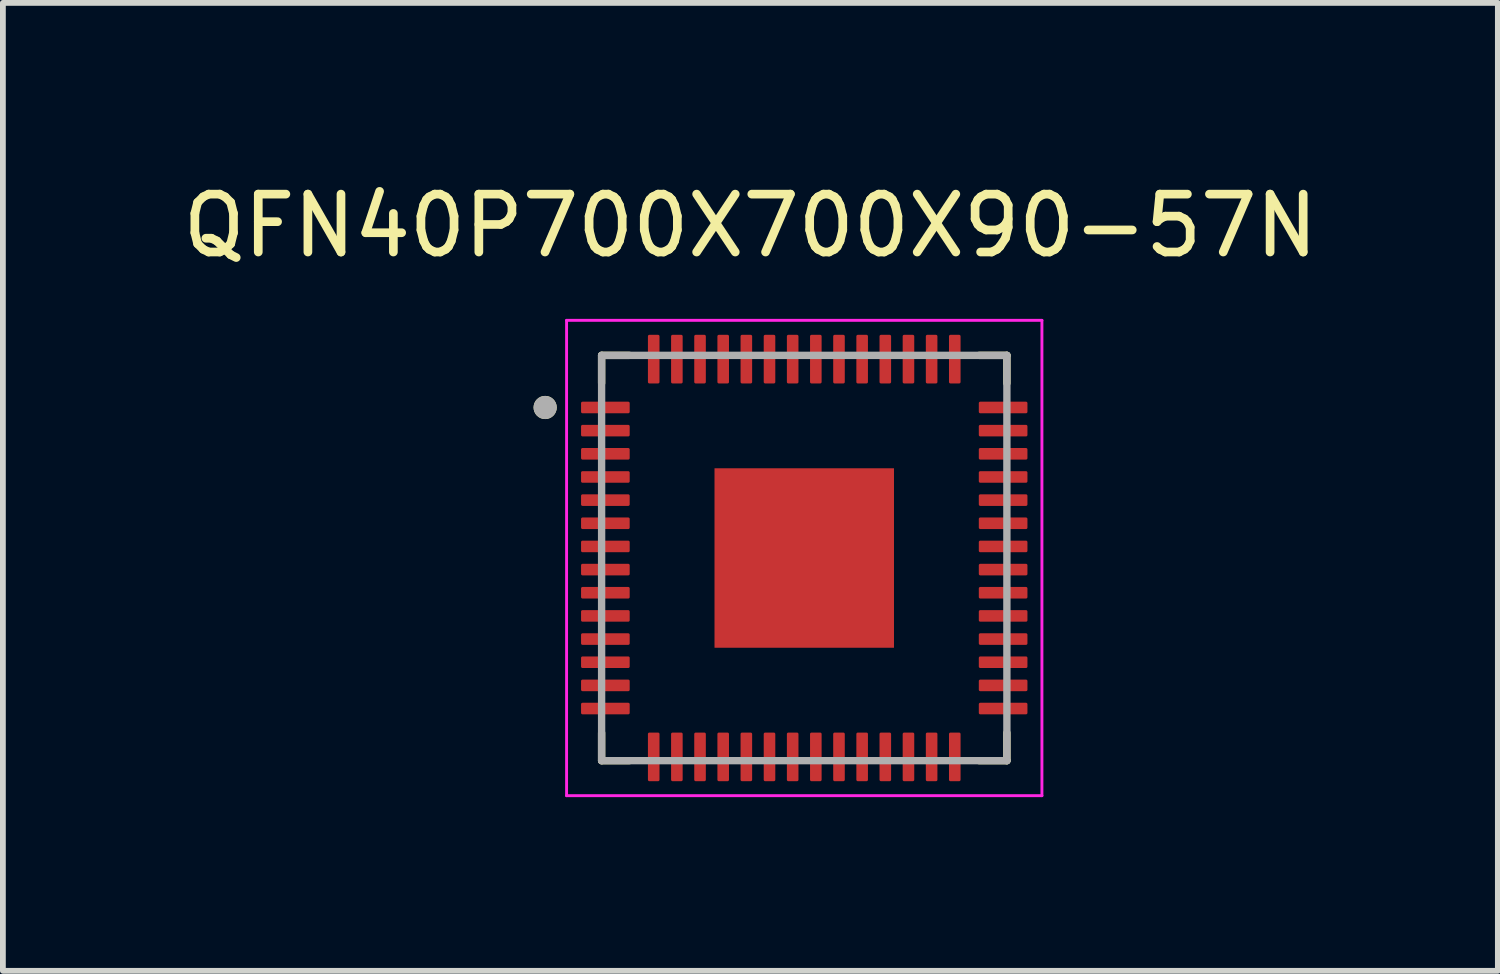
<source format=kicad_pcb>
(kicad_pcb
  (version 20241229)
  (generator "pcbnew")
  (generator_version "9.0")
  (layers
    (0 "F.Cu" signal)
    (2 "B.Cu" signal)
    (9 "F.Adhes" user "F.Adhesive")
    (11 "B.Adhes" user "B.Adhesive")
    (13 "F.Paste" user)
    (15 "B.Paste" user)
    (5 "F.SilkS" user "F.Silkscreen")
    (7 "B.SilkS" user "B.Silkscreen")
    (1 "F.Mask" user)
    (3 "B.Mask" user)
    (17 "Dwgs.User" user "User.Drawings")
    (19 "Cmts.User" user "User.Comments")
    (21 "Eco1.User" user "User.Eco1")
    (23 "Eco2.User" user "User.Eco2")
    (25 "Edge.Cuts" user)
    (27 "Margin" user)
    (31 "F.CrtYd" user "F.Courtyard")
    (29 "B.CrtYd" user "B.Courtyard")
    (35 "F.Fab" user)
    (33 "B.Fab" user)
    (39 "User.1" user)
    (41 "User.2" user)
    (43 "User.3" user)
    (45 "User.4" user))
  (footprint "QFN40P700X700X90-57N"
    (layer "F.Cu")
    (at 10.841 6.588)
    (property "Reference" "QFN40P700X700X90-57N" (at -0.93 -5.74 0) (layer "F.SilkS") (effects (font (size 1 1) (thickness 0.15))))
    (attr smd)
    (fp_line (start -3.5 -3.5) (end -3.5 -3.02) (stroke (width 0.127) (type solid)) (layer "F.SilkS"))
    (fp_line (start -3.5 -3.5) (end -3.02 -3.5) (stroke (width 0.127) (type solid)) (layer "F.SilkS"))
    (fp_line (start -3.5 3.5) (end -3.5 3.02) (stroke (width 0.127) (type solid)) (layer "F.SilkS"))
    (fp_line (start -3.5 3.5) (end -3.02 3.5) (stroke (width 0.127) (type solid)) (layer "F.SilkS"))
    (fp_line (start 3.5 -3.5) (end 3.02 -3.5) (stroke (width 0.127) (type solid)) (layer "F.SilkS"))
    (fp_line (start 3.5 -3.5) (end 3.5 -3.02) (stroke (width 0.127) (type solid)) (layer "F.SilkS"))
    (fp_line (start 3.5 3.5) (end 3.02 3.5) (stroke (width 0.127) (type solid)) (layer "F.SilkS"))
    (fp_line (start 3.5 3.5) (end 3.5 3.02) (stroke (width 0.127) (type solid)) (layer "F.SilkS"))
    (fp_circle (center -4.475 -2.6) (end -4.375 -2.6) (stroke (width 0.2) (type solid)) (fill no) (layer "F.SilkS"))
    (fp_poly (pts (xy -0.98 -0.98) (xy 0.98 -0.98) (xy 0.98 0.98) (xy -0.98 0.98)) (stroke (width 0.01) (type solid)) (fill yes) (layer "F.Paste"))
    (fp_line (start -4.105 -4.105) (end 4.105 -4.105) (stroke (width 0.05) (type solid)) (layer "F.CrtYd"))
    (fp_line (start -4.105 4.105) (end -4.105 -4.105) (stroke (width 0.05) (type solid)) (layer "F.CrtYd"))
    (fp_line (start -4.105 4.105) (end 4.105 4.105) (stroke (width 0.05) (type solid)) (layer "F.CrtYd"))
    (fp_line (start 4.105 4.105) (end 4.105 -4.105) (stroke (width 0.05) (type solid)) (layer "F.CrtYd"))
    (fp_line (start -3.5 3.5) (end -3.5 -3.5) (stroke (width 0.127) (type solid)) (layer "F.Fab"))
    (fp_line (start 3.5 -3.5) (end -3.5 -3.5) (stroke (width 0.127) (type solid)) (layer "F.Fab"))
    (fp_line (start 3.5 3.5) (end -3.5 3.5) (stroke (width 0.127) (type solid)) (layer "F.Fab"))
    (fp_line (start 3.5 3.5) (end 3.5 -3.5) (stroke (width 0.127) (type solid)) (layer "F.Fab"))
    (fp_circle (center -4.475 -2.6) (end -4.375 -2.6) (stroke (width 0.2) (type solid)) (fill no) (layer "F.Fab"))
    (pad "1" smd roundrect (at -3.435 -2.6) (size 0.84 0.2) (layers "F.Cu" "F.Mask" "F.Paste") (roundrect_rratio 0.125))
    (pad "2" smd roundrect (at -3.435 -2.2) (size 0.84 0.2) (layers "F.Cu" "F.Mask" "F.Paste") (roundrect_rratio 0.125))
    (pad "3" smd roundrect (at -3.435 -1.8) (size 0.84 0.2) (layers "F.Cu" "F.Mask" "F.Paste") (roundrect_rratio 0.125))
    (pad "4" smd roundrect (at -3.435 -1.4) (size 0.84 0.2) (layers "F.Cu" "F.Mask" "F.Paste") (roundrect_rratio 0.125))
    (pad "5" smd roundrect (at -3.435 -1) (size 0.84 0.2) (layers "F.Cu" "F.Mask" "F.Paste") (roundrect_rratio 0.125))
    (pad "6" smd roundrect (at -3.435 -0.6) (size 0.84 0.2) (layers "F.Cu" "F.Mask" "F.Paste") (roundrect_rratio 0.125))
    (pad "7" smd roundrect (at -3.435 -0.2) (size 0.84 0.2) (layers "F.Cu" "F.Mask" "F.Paste") (roundrect_rratio 0.125))
    (pad "8" smd roundrect (at -3.435 0.2) (size 0.84 0.2) (layers "F.Cu" "F.Mask" "F.Paste") (roundrect_rratio 0.125))
    (pad "9" smd roundrect (at -3.435 0.6) (size 0.84 0.2) (layers "F.Cu" "F.Mask" "F.Paste") (roundrect_rratio 0.125))
    (pad "10" smd roundrect (at -3.435 1) (size 0.84 0.2) (layers "F.Cu" "F.Mask" "F.Paste") (roundrect_rratio 0.125))
    (pad "11" smd roundrect (at -3.435 1.4) (size 0.84 0.2) (layers "F.Cu" "F.Mask" "F.Paste") (roundrect_rratio 0.125))
    (pad "12" smd roundrect (at -3.435 1.8) (size 0.84 0.2) (layers "F.Cu" "F.Mask" "F.Paste") (roundrect_rratio 0.125))
    (pad "13" smd roundrect (at -3.435 2.2) (size 0.84 0.2) (layers "F.Cu" "F.Mask" "F.Paste") (roundrect_rratio 0.125))
    (pad "14" smd roundrect (at -3.435 2.6) (size 0.84 0.2) (layers "F.Cu" "F.Mask" "F.Paste") (roundrect_rratio 0.125))
    (pad "15" smd roundrect (at -2.6 3.435) (size 0.2 0.84) (layers "F.Cu" "F.Mask" "F.Paste") (roundrect_rratio 0.125))
    (pad "16" smd roundrect (at -2.2 3.435) (size 0.2 0.84) (layers "F.Cu" "F.Mask" "F.Paste") (roundrect_rratio 0.125))
    (pad "17" smd roundrect (at -1.8 3.435) (size 0.2 0.84) (layers "F.Cu" "F.Mask" "F.Paste") (roundrect_rratio 0.125))
    (pad "18" smd roundrect (at -1.4 3.435) (size 0.2 0.84) (layers "F.Cu" "F.Mask" "F.Paste") (roundrect_rratio 0.125))
    (pad "19" smd roundrect (at -1 3.435) (size 0.2 0.84) (layers "F.Cu" "F.Mask" "F.Paste") (roundrect_rratio 0.125))
    (pad "20" smd roundrect (at -0.6 3.435) (size 0.2 0.84) (layers "F.Cu" "F.Mask" "F.Paste") (roundrect_rratio 0.125))
    (pad "21" smd roundrect (at -0.2 3.435) (size 0.2 0.84) (layers "F.Cu" "F.Mask" "F.Paste") (roundrect_rratio 0.125))
    (pad "22" smd roundrect (at 0.2 3.435) (size 0.2 0.84) (layers "F.Cu" "F.Mask" "F.Paste") (roundrect_rratio 0.125))
    (pad "23" smd roundrect (at 0.6 3.435) (size 0.2 0.84) (layers "F.Cu" "F.Mask" "F.Paste") (roundrect_rratio 0.125))
    (pad "24" smd roundrect (at 1 3.435) (size 0.2 0.84) (layers "F.Cu" "F.Mask" "F.Paste") (roundrect_rratio 0.125))
    (pad "25" smd roundrect (at 1.4 3.435) (size 0.2 0.84) (layers "F.Cu" "F.Mask" "F.Paste") (roundrect_rratio 0.125))
    (pad "26" smd roundrect (at 1.8 3.435) (size 0.2 0.84) (layers "F.Cu" "F.Mask" "F.Paste") (roundrect_rratio 0.125))
    (pad "27" smd roundrect (at 2.2 3.435) (size 0.2 0.84) (layers "F.Cu" "F.Mask" "F.Paste") (roundrect_rratio 0.125))
    (pad "28" smd roundrect (at 2.6 3.435) (size 0.2 0.84) (layers "F.Cu" "F.Mask" "F.Paste") (roundrect_rratio 0.125))
    (pad "29" smd roundrect (at 3.435 2.6) (size 0.84 0.2) (layers "F.Cu" "F.Mask" "F.Paste") (roundrect_rratio 0.125))
    (pad "30" smd roundrect (at 3.435 2.2) (size 0.84 0.2) (layers "F.Cu" "F.Mask" "F.Paste") (roundrect_rratio 0.125))
    (pad "31" smd roundrect (at 3.435 1.8) (size 0.84 0.2) (layers "F.Cu" "F.Mask" "F.Paste") (roundrect_rratio 0.125))
    (pad "32" smd roundrect (at 3.435 1.4) (size 0.84 0.2) (layers "F.Cu" "F.Mask" "F.Paste") (roundrect_rratio 0.125))
    (pad "33" smd roundrect (at 3.435 1) (size 0.84 0.2) (layers "F.Cu" "F.Mask" "F.Paste") (roundrect_rratio 0.125))
    (pad "34" smd roundrect (at 3.435 0.6) (size 0.84 0.2) (layers "F.Cu" "F.Mask" "F.Paste") (roundrect_rratio 0.125))
    (pad "35" smd roundrect (at 3.435 0.2) (size 0.84 0.2) (layers "F.Cu" "F.Mask" "F.Paste") (roundrect_rratio 0.125))
    (pad "36" smd roundrect (at 3.435 -0.2) (size 0.84 0.2) (layers "F.Cu" "F.Mask" "F.Paste") (roundrect_rratio 0.125))
    (pad "37" smd roundrect (at 3.435 -0.6) (size 0.84 0.2) (layers "F.Cu" "F.Mask" "F.Paste") (roundrect_rratio 0.125))
    (pad "38" smd roundrect (at 3.435 -1) (size 0.84 0.2) (layers "F.Cu" "F.Mask" "F.Paste") (roundrect_rratio 0.125))
    (pad "39" smd roundrect (at 3.435 -1.4) (size 0.84 0.2) (layers "F.Cu" "F.Mask" "F.Paste") (roundrect_rratio 0.125))
    (pad "40" smd roundrect (at 3.435 -1.8) (size 0.84 0.2) (layers "F.Cu" "F.Mask" "F.Paste") (roundrect_rratio 0.125))
    (pad "41" smd roundrect (at 3.435 -2.2) (size 0.84 0.2) (layers "F.Cu" "F.Mask" "F.Paste") (roundrect_rratio 0.125))
    (pad "42" smd roundrect (at 3.435 -2.6) (size 0.84 0.2) (layers "F.Cu" "F.Mask" "F.Paste") (roundrect_rratio 0.125))
    (pad "43" smd roundrect (at 2.6 -3.435) (size 0.2 0.84) (layers "F.Cu" "F.Mask" "F.Paste") (roundrect_rratio 0.125))
    (pad "44" smd roundrect (at 2.2 -3.435) (size 0.2 0.84) (layers "F.Cu" "F.Mask" "F.Paste") (roundrect_rratio 0.125))
    (pad "45" smd roundrect (at 1.8 -3.435) (size 0.2 0.84) (layers "F.Cu" "F.Mask" "F.Paste") (roundrect_rratio 0.125))
    (pad "46" smd roundrect (at 1.4 -3.435) (size 0.2 0.84) (layers "F.Cu" "F.Mask" "F.Paste") (roundrect_rratio 0.125))
    (pad "47" smd roundrect (at 1 -3.435) (size 0.2 0.84) (layers "F.Cu" "F.Mask" "F.Paste") (roundrect_rratio 0.125))
    (pad "48" smd roundrect (at 0.6 -3.435) (size 0.2 0.84) (layers "F.Cu" "F.Mask" "F.Paste") (roundrect_rratio 0.125))
    (pad "49" smd roundrect (at 0.2 -3.435) (size 0.2 0.84) (layers "F.Cu" "F.Mask" "F.Paste") (roundrect_rratio 0.125))
    (pad "50" smd roundrect (at -0.2 -3.435) (size 0.2 0.84) (layers "F.Cu" "F.Mask" "F.Paste") (roundrect_rratio 0.125))
    (pad "51" smd roundrect (at -0.6 -3.435) (size 0.2 0.84) (layers "F.Cu" "F.Mask" "F.Paste") (roundrect_rratio 0.125))
    (pad "52" smd roundrect (at -1 -3.435) (size 0.2 0.84) (layers "F.Cu" "F.Mask" "F.Paste") (roundrect_rratio 0.125))
    (pad "53" smd roundrect (at -1.4 -3.435) (size 0.2 0.84) (layers "F.Cu" "F.Mask" "F.Paste") (roundrect_rratio 0.125))
    (pad "54" smd roundrect (at -1.8 -3.435) (size 0.2 0.84) (layers "F.Cu" "F.Mask" "F.Paste") (roundrect_rratio 0.125))
    (pad "55" smd roundrect (at -2.2 -3.435) (size 0.2 0.84) (layers "F.Cu" "F.Mask" "F.Paste") (roundrect_rratio 0.125))
    (pad "56" smd roundrect (at -2.6 -3.435) (size 0.2 0.84) (layers "F.Cu" "F.Mask" "F.Paste") (roundrect_rratio 0.125))
    (pad "57" smd rect (at 0 0) (size 3.1 3.1) (layers "F.Cu" "F.Mask")))
  (gr_rect
    (start -3 -3)
    (end 22.821 13.718)
    (stroke (width 0.1) (type default))
    (fill no)
    (layer "Edge.Cuts")))
</source>
